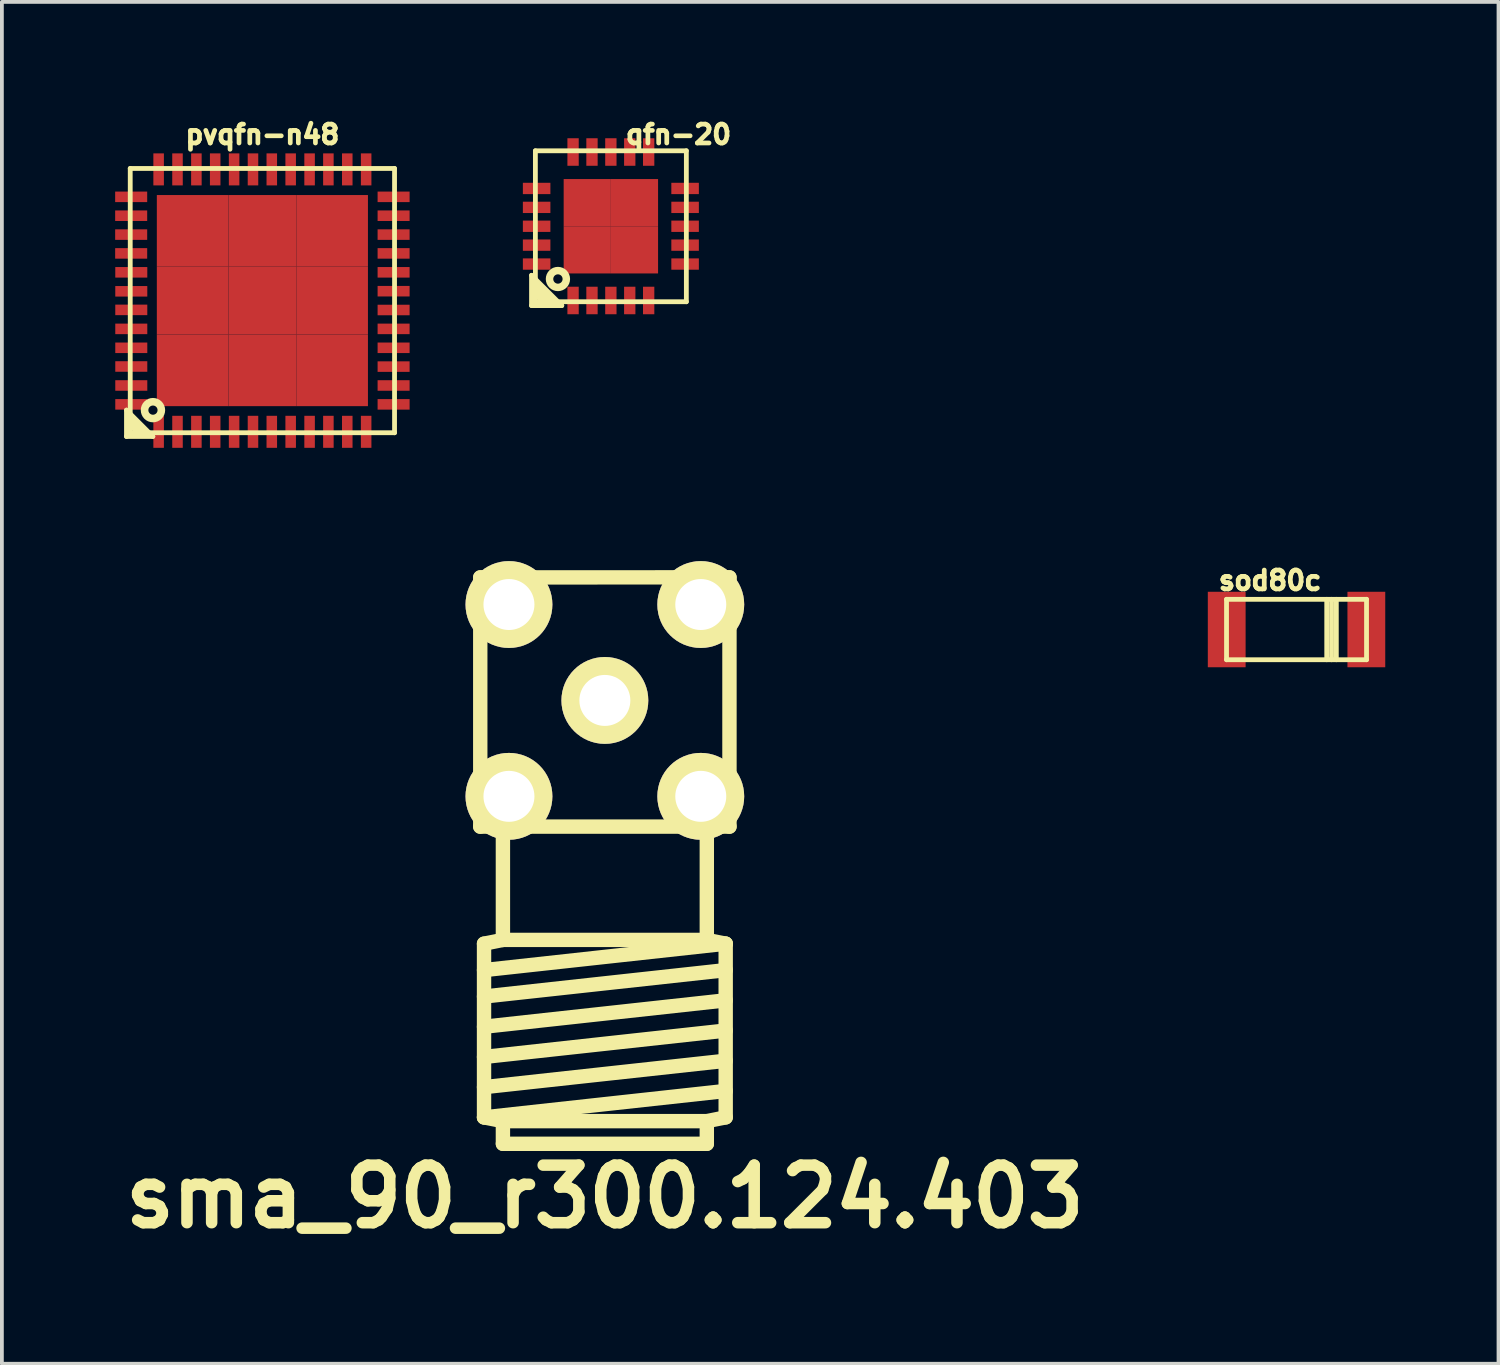
<source format=kicad_pcb>
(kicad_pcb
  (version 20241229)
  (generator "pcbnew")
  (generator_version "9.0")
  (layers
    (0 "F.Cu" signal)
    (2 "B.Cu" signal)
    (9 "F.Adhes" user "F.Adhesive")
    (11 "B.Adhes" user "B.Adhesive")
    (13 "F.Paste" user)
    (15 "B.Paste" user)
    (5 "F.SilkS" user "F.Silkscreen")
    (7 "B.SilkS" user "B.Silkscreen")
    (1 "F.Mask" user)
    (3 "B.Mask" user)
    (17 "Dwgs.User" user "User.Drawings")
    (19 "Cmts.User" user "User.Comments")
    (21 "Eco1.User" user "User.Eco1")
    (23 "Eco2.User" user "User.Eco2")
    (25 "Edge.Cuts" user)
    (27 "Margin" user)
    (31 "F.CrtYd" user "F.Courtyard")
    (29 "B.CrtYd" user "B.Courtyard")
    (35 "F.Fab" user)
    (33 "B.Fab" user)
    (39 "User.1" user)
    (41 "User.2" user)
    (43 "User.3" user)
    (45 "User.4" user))
  (footprint "sod80c"
    (layer "F.Cu")
    (at 31.287 13.622)
    (property "Reference" "sod80c" (at -0.7 -1.3 0) (layer "F.SilkS") (effects (font (size 0.5 0.5) (thickness 0.125))))
    (attr through_hole)
    (fp_line (start -1.854 -0.8) (end -1.854 0.8) (stroke (width 0.127) (type solid)) (layer "F.SilkS"))
    (fp_line (start -1.854 0.8) (end 1.854 0.8) (stroke (width 0.127) (type solid)) (layer "F.SilkS"))
    (fp_line (start 0.8 -0.8) (end 0.8 0.8) (stroke (width 0.127) (type solid)) (layer "F.SilkS"))
    (fp_line (start 0.927 0.8) (end 0.927 -0.8) (stroke (width 0.127) (type solid)) (layer "F.SilkS"))
    (fp_line (start 1.054 -0.8) (end 1.054 0.8) (stroke (width 0.127) (type solid)) (layer "F.SilkS"))
    (fp_line (start 1.854 -0.8) (end -1.854 -0.8) (stroke (width 0.127) (type solid)) (layer "F.SilkS"))
    (fp_line (start 1.854 0.8) (end 1.854 -0.8) (stroke (width 0.127) (type solid)) (layer "F.SilkS"))
    (pad "1" smd rect (at -1.849 0) (size 1.001 1.999) (layers "F.Cu" "F.Mask" "F.Paste"))
    (pad "2" smd rect (at 1.849 0) (size 1.001 1.999) (layers "F.Cu" "F.Mask" "F.Paste")))
  (footprint "sma_90_r300.124.403"
    (layer "F.Cu")
    (at 12.969 19.742)
    (property "Reference" "sma_90_r300.124.403" (at 0 8.9 0) (layer "F.SilkS") (effects (font (size 1.524 1.524) (thickness 0.305))))
    (attr through_hole)
    (fp_line (start -3.3 -7.5) (end 3.3 -7.502) (stroke (width 0.381) (type solid)) (layer "F.SilkS"))
    (fp_line (start -3.3 -0.9) (end -3.3 -7.5) (stroke (width 0.381) (type solid)) (layer "F.SilkS"))
    (fp_line (start -3.2 2.2) (end -3.2 6.8) (stroke (width 0.381) (type solid)) (layer "F.SilkS"))
    (fp_line (start -3.2 2.2) (end -2.7 2.1) (stroke (width 0.381) (type solid)) (layer "F.SilkS"))
    (fp_line (start -3.2 2.9) (end 3.2 2.2) (stroke (width 0.381) (type solid)) (layer "F.SilkS"))
    (fp_line (start -3.2 3.6) (end 3.2 2.9) (stroke (width 0.381) (type solid)) (layer "F.SilkS"))
    (fp_line (start -3.2 4.4) (end 3.2 3.7) (stroke (width 0.381) (type solid)) (layer "F.SilkS"))
    (fp_line (start -3.2 5.2) (end 3.2 4.5) (stroke (width 0.381) (type solid)) (layer "F.SilkS"))
    (fp_line (start -3.2 6) (end 3.2 5.3) (stroke (width 0.381) (type solid)) (layer "F.SilkS"))
    (fp_line (start -3.2 6.8) (end -2.7 6.9) (stroke (width 0.381) (type solid)) (layer "F.SilkS"))
    (fp_line (start -3.2 6.8) (end 3.2 6.1) (stroke (width 0.381) (type solid)) (layer "F.SilkS"))
    (fp_line (start -2.7 2.1) (end -2.7 -0.9) (stroke (width 0.381) (type solid)) (layer "F.SilkS"))
    (fp_line (start -2.7 2.1) (end 2.7 2.1) (stroke (width 0.381) (type solid)) (layer "F.SilkS"))
    (fp_line (start -2.7 6.9) (end 2.7 6.9) (stroke (width 0.381) (type solid)) (layer "F.SilkS"))
    (fp_line (start -2.7 7.5) (end -2.7 6.9) (stroke (width 0.381) (type solid)) (layer "F.SilkS"))
    (fp_line (start -2.7 7.5) (end 2.7 7.5) (stroke (width 0.381) (type solid)) (layer "F.SilkS"))
    (fp_line (start 2.7 -0.9) (end 2.7 2.1) (stroke (width 0.381) (type solid)) (layer "F.SilkS"))
    (fp_line (start 2.7 2.1) (end 3.2 2.2) (stroke (width 0.381) (type solid)) (layer "F.SilkS"))
    (fp_line (start 2.7 6.9) (end 3.2 6.8) (stroke (width 0.381) (type solid)) (layer "F.SilkS"))
    (fp_line (start 2.7 7.5) (end 2.7 6.9) (stroke (width 0.381) (type solid)) (layer "F.SilkS"))
    (fp_line (start 3.2 2.2) (end 3.2 6.8) (stroke (width 0.381) (type solid)) (layer "F.SilkS"))
    (fp_line (start 3.3 -7.5) (end 3.3 -0.9) (stroke (width 0.381) (type solid)) (layer "F.SilkS"))
    (fp_line (start 3.3 -0.9) (end -3.3 -0.9) (stroke (width 0.381) (type solid)) (layer "F.SilkS"))
    (pad "1" thru_hole circle (at 0 -4.242) (size 2.3 2.3) (drill 1.35) (layers "*.Cu" "*.Mask" "F.SilkS"))
    (pad "2" thru_hole circle (at -2.54 -6.782) (size 2.3 2.3) (drill 1.35) (layers "*.Cu" "*.Mask" "F.SilkS"))
    (pad "2" thru_hole circle (at -2.54 -1.702) (size 2.3 2.3) (drill 1.35) (layers "*.Cu" "*.Mask" "F.SilkS"))
    (pad "2" thru_hole circle (at 2.54 -6.782) (size 2.3 2.3) (drill 1.35) (layers "*.Cu" "*.Mask" "F.SilkS"))
    (pad "2" thru_hole circle (at 2.54 -1.702) (size 2.3 2.3) (drill 1.35) (layers "*.Cu" "*.Mask" "F.SilkS")))
  (footprint "qfn-20"
    (layer "F.Cu")
    (at 13.128 2.942)
    (property "Reference" "qfn-20" (at 1.79 -2.43 0) (layer "F.SilkS") (effects (font (size 0.5 0.5) (thickness 0.125))))
    (attr through_hole)
    (fp_line (start -2.101 1.3) (end -2.101 2.101) (stroke (width 0.127) (type solid)) (layer "F.SilkS"))
    (fp_line (start -2.101 2.101) (end -1.3 2.101) (stroke (width 0.127) (type solid)) (layer "F.SilkS"))
    (fp_line (start -1.999 -1.999) (end 1.999 -1.999) (stroke (width 0.127) (type solid)) (layer "F.SilkS"))
    (fp_line (start -1.999 1.4) (end -1.999 1.6) (stroke (width 0.127) (type solid)) (layer "F.SilkS"))
    (fp_line (start -1.999 1.501) (end -1.999 1.699) (stroke (width 0.127) (type solid)) (layer "F.SilkS"))
    (fp_line (start -1.999 1.501) (end -1.501 1.999) (stroke (width 0.127) (type solid)) (layer "F.SilkS"))
    (fp_line (start -1.999 1.6) (end -1.6 1.999) (stroke (width 0.127) (type solid)) (layer "F.SilkS"))
    (fp_line (start -1.999 1.699) (end -1.999 1.801) (stroke (width 0.127) (type solid)) (layer "F.SilkS"))
    (fp_line (start -1.999 1.801) (end -1.801 1.999) (stroke (width 0.127) (type solid)) (layer "F.SilkS"))
    (fp_line (start -1.999 1.999) (end -1.999 -1.999) (stroke (width 0.127) (type solid)) (layer "F.SilkS"))
    (fp_line (start -1.699 1.999) (end -1.999 1.699) (stroke (width 0.127) (type solid)) (layer "F.SilkS"))
    (fp_line (start -1.6 1.999) (end -1.699 1.999) (stroke (width 0.127) (type solid)) (layer "F.SilkS"))
    (fp_line (start -1.3 2.101) (end -2.101 1.3) (stroke (width 0.127) (type solid)) (layer "F.SilkS"))
    (fp_line (start 1.999 -1.999) (end 1.999 1.999) (stroke (width 0.127) (type solid)) (layer "F.SilkS"))
    (fp_line (start 1.999 1.999) (end -1.999 1.999) (stroke (width 0.127) (type solid)) (layer "F.SilkS"))
    (fp_circle (center -1.402 1.397) (end -1.204 1.499) (stroke (width 0.198) (type solid)) (fill no) (layer "F.SilkS"))
    (pad "1" smd rect (at -1.001 1.966) (size 0.3 0.729) (layers "F.Cu" "F.Mask" "F.Paste"))
    (pad "2" smd rect (at -0.5 1.966) (size 0.3 0.729) (layers "F.Cu" "F.Mask" "F.Paste"))
    (pad "3" smd rect (at 0 1.966) (size 0.3 0.729) (layers "F.Cu" "F.Mask" "F.Paste"))
    (pad "4" smd rect (at 0.5 1.966) (size 0.3 0.729) (layers "F.Cu" "F.Mask" "F.Paste"))
    (pad "5" smd rect (at 1.001 1.966) (size 0.3 0.729) (layers "F.Cu" "F.Mask" "F.Paste"))
    (pad "6" smd rect (at 1.966 1.001) (size 0.729 0.3) (layers "F.Cu" "F.Mask" "F.Paste"))
    (pad "7" smd rect (at 1.966 0.5) (size 0.729 0.3) (layers "F.Cu" "F.Mask" "F.Paste"))
    (pad "8" smd rect (at 1.966 0) (size 0.729 0.3) (layers "F.Cu" "F.Mask" "F.Paste"))
    (pad "9" smd rect (at 1.966 -0.5) (size 0.729 0.3) (layers "F.Cu" "F.Mask" "F.Paste"))
    (pad "10" smd rect (at 1.966 -1.001) (size 0.729 0.3) (layers "F.Cu" "F.Mask" "F.Paste"))
    (pad "11" smd rect (at 1.001 -1.966) (size 0.3 0.729) (layers "F.Cu" "F.Mask" "F.Paste"))
    (pad "12" smd rect (at 0.5 -1.966) (size 0.3 0.729) (layers "F.Cu" "F.Mask" "F.Paste"))
    (pad "13" smd rect (at 0 -1.966) (size 0.3 0.729) (layers "F.Cu" "F.Mask" "F.Paste"))
    (pad "14" smd rect (at -0.5 -1.966) (size 0.3 0.729) (layers "F.Cu" "F.Mask" "F.Paste"))
    (pad "15" smd rect (at -1.001 -1.966) (size 0.3 0.729) (layers "F.Cu" "F.Mask" "F.Paste"))
    (pad "16" smd rect (at -1.966 -1.001) (size 0.729 0.3) (layers "F.Cu" "F.Mask" "F.Paste"))
    (pad "17" smd rect (at -1.966 -0.5) (size 0.729 0.3) (layers "F.Cu" "F.Mask" "F.Paste"))
    (pad "18" smd rect (at -1.966 0) (size 0.729 0.3) (layers "F.Cu" "F.Mask" "F.Paste"))
    (pad "19" smd rect (at -1.966 0.5) (size 0.729 0.3) (layers "F.Cu" "F.Mask" "F.Paste"))
    (pad "20" smd rect (at -1.966 1.001) (size 0.729 0.3) (layers "F.Cu" "F.Mask" "F.Paste"))
    (pad "21" smd rect (at -0.625 -0.625) (size 1.25 1.25) (layers "F.Cu" "F.Mask" "F.Paste"))
    (pad "21" smd rect (at -0.625 0.625) (size 1.25 1.25) (layers "F.Cu" "F.Mask" "F.Paste"))
    (pad "21" smd rect (at 0.625 -0.625) (size 1.25 1.25) (layers "F.Cu" "F.Mask" "F.Paste"))
    (pad "21" smd rect (at 0.625 0.625) (size 1.25 1.25) (layers "F.Cu" "F.Mask" "F.Paste")))
  (footprint "pvqfn-n48"
    (layer "F.Cu")
    (at 3.899 4.911)
    (property "Reference" "pvqfn-n48" (at 0 -4.399 0) (layer "F.SilkS") (effects (font (size 0.5 0.5) (thickness 0.125))))
    (attr through_hole)
    (fp_line (start -3.599 2.901) (end -3.599 3.599) (stroke (width 0.127) (type solid)) (layer "F.SilkS"))
    (fp_line (start -3.599 3.599) (end -2.901 3.599) (stroke (width 0.127) (type solid)) (layer "F.SilkS"))
    (fp_line (start -3.5 -3.5) (end -3.5 3.5) (stroke (width 0.127) (type solid)) (layer "F.SilkS"))
    (fp_line (start -3.5 3.2) (end -3.2 3.5) (stroke (width 0.127) (type solid)) (layer "F.SilkS"))
    (fp_line (start -3.5 3.5) (end 3.5 3.5) (stroke (width 0.127) (type solid)) (layer "F.SilkS"))
    (fp_line (start -3.297 3.5) (end -3.498 3.299) (stroke (width 0.127) (type solid)) (layer "F.SilkS"))
    (fp_line (start -3.101 3.503) (end -3.5 3.104) (stroke (width 0.127) (type solid)) (layer "F.SilkS"))
    (fp_line (start -2.901 3.599) (end -3.599 2.901) (stroke (width 0.127) (type solid)) (layer "F.SilkS"))
    (fp_line (start 3.5 -3.5) (end -3.5 -3.5) (stroke (width 0.127) (type solid)) (layer "F.SilkS"))
    (fp_line (start 3.5 3.5) (end 3.5 -3.5) (stroke (width 0.127) (type solid)) (layer "F.SilkS"))
    (fp_circle (center -2.898 2.901) (end -2.7 3.002) (stroke (width 0.201) (type solid)) (fill no) (layer "F.SilkS"))
    (pad "1" smd rect (at -2.748 3.475) (size 0.279 0.848) (layers "F.Cu" "F.Mask" "F.Paste"))
    (pad "2" smd rect (at -2.248 3.475) (size 0.279 0.848) (layers "F.Cu" "F.Mask" "F.Paste"))
    (pad "3" smd rect (at -1.748 3.475) (size 0.279 0.848) (layers "F.Cu" "F.Mask" "F.Paste"))
    (pad "4" smd rect (at -1.25 3.475) (size 0.279 0.848) (layers "F.Cu" "F.Mask" "F.Paste"))
    (pad "5" smd rect (at -0.749 3.475) (size 0.279 0.848) (layers "F.Cu" "F.Mask" "F.Paste"))
    (pad "6" smd rect (at -0.249 3.475) (size 0.279 0.848) (layers "F.Cu" "F.Mask" "F.Paste"))
    (pad "7" smd rect (at 0.249 3.475) (size 0.279 0.848) (layers "F.Cu" "F.Mask" "F.Paste"))
    (pad "8" smd rect (at 0.749 3.475) (size 0.279 0.848) (layers "F.Cu" "F.Mask" "F.Paste"))
    (pad "9" smd rect (at 1.25 3.475) (size 0.279 0.848) (layers "F.Cu" "F.Mask" "F.Paste"))
    (pad "10" smd rect (at 1.748 3.475) (size 0.279 0.848) (layers "F.Cu" "F.Mask" "F.Paste"))
    (pad "11" smd rect (at 2.248 3.475) (size 0.279 0.848) (layers "F.Cu" "F.Mask" "F.Paste"))
    (pad "12" smd rect (at 2.748 3.475) (size 0.279 0.848) (layers "F.Cu" "F.Mask" "F.Paste"))
    (pad "13" smd rect (at 3.475 2.748) (size 0.848 0.279) (layers "F.Cu" "F.Mask" "F.Paste"))
    (pad "14" smd rect (at 3.475 2.248) (size 0.848 0.279) (layers "F.Cu" "F.Mask" "F.Paste"))
    (pad "15" smd rect (at 3.475 1.748) (size 0.848 0.279) (layers "F.Cu" "F.Mask" "F.Paste"))
    (pad "16" smd rect (at 3.475 1.25) (size 0.848 0.279) (layers "F.Cu" "F.Mask" "F.Paste"))
    (pad "17" smd rect (at 3.475 0.749) (size 0.848 0.279) (layers "F.Cu" "F.Mask" "F.Paste"))
    (pad "18" smd rect (at 3.475 0.249) (size 0.848 0.279) (layers "F.Cu" "F.Mask" "F.Paste"))
    (pad "19" smd rect (at 3.475 -0.249) (size 0.848 0.279) (layers "F.Cu" "F.Mask" "F.Paste"))
    (pad "20" smd rect (at 3.475 -0.749) (size 0.848 0.279) (layers "F.Cu" "F.Mask" "F.Paste"))
    (pad "21" smd rect (at 3.475 -1.25) (size 0.848 0.279) (layers "F.Cu" "F.Mask" "F.Paste"))
    (pad "22" smd rect (at 3.475 -1.748) (size 0.848 0.279) (layers "F.Cu" "F.Mask" "F.Paste"))
    (pad "23" smd rect (at 3.475 -2.248) (size 0.848 0.279) (layers "F.Cu" "F.Mask" "F.Paste"))
    (pad "24" smd rect (at 3.475 -2.748) (size 0.848 0.279) (layers "F.Cu" "F.Mask" "F.Paste"))
    (pad "25" smd rect (at 2.748 -3.475) (size 0.279 0.848) (layers "F.Cu" "F.Mask" "F.Paste"))
    (pad "26" smd rect (at 2.248 -3.475) (size 0.279 0.848) (layers "F.Cu" "F.Mask" "F.Paste"))
    (pad "27" smd rect (at 1.748 -3.475) (size 0.279 0.848) (layers "F.Cu" "F.Mask" "F.Paste"))
    (pad "28" smd rect (at 1.25 -3.475) (size 0.279 0.848) (layers "F.Cu" "F.Mask" "F.Paste"))
    (pad "29" smd rect (at 0.749 -3.475) (size 0.279 0.848) (layers "F.Cu" "F.Mask" "F.Paste"))
    (pad "30" smd rect (at 0.249 -3.475) (size 0.279 0.848) (layers "F.Cu" "F.Mask" "F.Paste"))
    (pad "31" smd rect (at -0.249 -3.475) (size 0.279 0.848) (layers "F.Cu" "F.Mask" "F.Paste"))
    (pad "32" smd rect (at -0.749 -3.475) (size 0.279 0.848) (layers "F.Cu" "F.Mask" "F.Paste"))
    (pad "33" smd rect (at -1.25 -3.475) (size 0.279 0.848) (layers "F.Cu" "F.Mask" "F.Paste"))
    (pad "34" smd rect (at -1.748 -3.475) (size 0.279 0.848) (layers "F.Cu" "F.Mask" "F.Paste"))
    (pad "35" smd rect (at -2.248 -3.475) (size 0.279 0.848) (layers "F.Cu" "F.Mask" "F.Paste"))
    (pad "36" smd rect (at -2.748 -3.475) (size 0.279 0.848) (layers "F.Cu" "F.Mask" "F.Paste"))
    (pad "37" smd rect (at -3.475 -2.748) (size 0.848 0.279) (layers "F.Cu" "F.Mask" "F.Paste"))
    (pad "38" smd rect (at -3.475 -2.248) (size 0.848 0.279) (layers "F.Cu" "F.Mask" "F.Paste"))
    (pad "39" smd rect (at -3.475 -1.748) (size 0.848 0.279) (layers "F.Cu" "F.Mask" "F.Paste"))
    (pad "40" smd rect (at -3.475 -1.25) (size 0.848 0.279) (layers "F.Cu" "F.Mask" "F.Paste"))
    (pad "41" smd rect (at -3.472 -0.749) (size 0.848 0.279) (layers "F.Cu" "F.Mask" "F.Paste"))
    (pad "42" smd rect (at -3.472 -0.246) (size 0.848 0.279) (layers "F.Cu" "F.Mask" "F.Paste"))
    (pad "43" smd rect (at -3.472 0.246) (size 0.848 0.279) (layers "F.Cu" "F.Mask" "F.Paste"))
    (pad "44" smd rect (at -3.472 0.749) (size 0.848 0.279) (layers "F.Cu" "F.Mask" "F.Paste"))
    (pad "45" smd rect (at -3.472 1.25) (size 0.848 0.279) (layers "F.Cu" "F.Mask" "F.Paste"))
    (pad "46" smd rect (at -3.472 1.745) (size 0.848 0.279) (layers "F.Cu" "F.Mask" "F.Paste"))
    (pad "47" smd rect (at -3.472 2.248) (size 0.848 0.279) (layers "F.Cu" "F.Mask" "F.Paste"))
    (pad "48" smd rect (at -3.472 2.748) (size 0.848 0.279) (layers "F.Cu" "F.Mask" "F.Paste"))
    (pad "49" smd rect (at -1.847 -1.847) (size 1.897 1.897) (layers "F.Cu" "F.Mask" "F.Paste"))
    (pad "49" smd rect (at -1.847 0) (size 1.897 1.796) (layers "F.Cu" "F.Mask" "F.Paste"))
    (pad "49" smd rect (at -1.847 1.847) (size 1.897 1.897) (layers "F.Cu" "F.Mask" "F.Paste"))
    (pad "49" smd rect (at 0 -1.847) (size 1.796 1.897) (layers "F.Cu" "F.Mask" "F.Paste"))
    (pad "49" smd rect (at 0 0) (size 1.796 1.796) (layers "F.Cu" "F.Mask" "F.Paste"))
    (pad "49" smd rect (at 0 1.847) (size 1.796 1.897) (layers "F.Cu" "F.Mask" "F.Paste"))
    (pad "49" smd rect (at 1.847 -1.847) (size 1.897 1.897) (layers "F.Cu" "F.Mask" "F.Paste"))
    (pad "49" smd rect (at 1.847 0) (size 1.897 1.796) (layers "F.Cu" "F.Mask" "F.Paste"))
    (pad "49" smd rect (at 1.847 1.847) (size 1.897 1.897) (layers "F.Cu" "F.Mask" "F.Paste")))
  (gr_rect
    (start -3 -3)
    (end 36.636 33.068)
    (stroke (width 0.1) (type default))
    (fill no)
    (layer "Edge.Cuts")))
</source>
